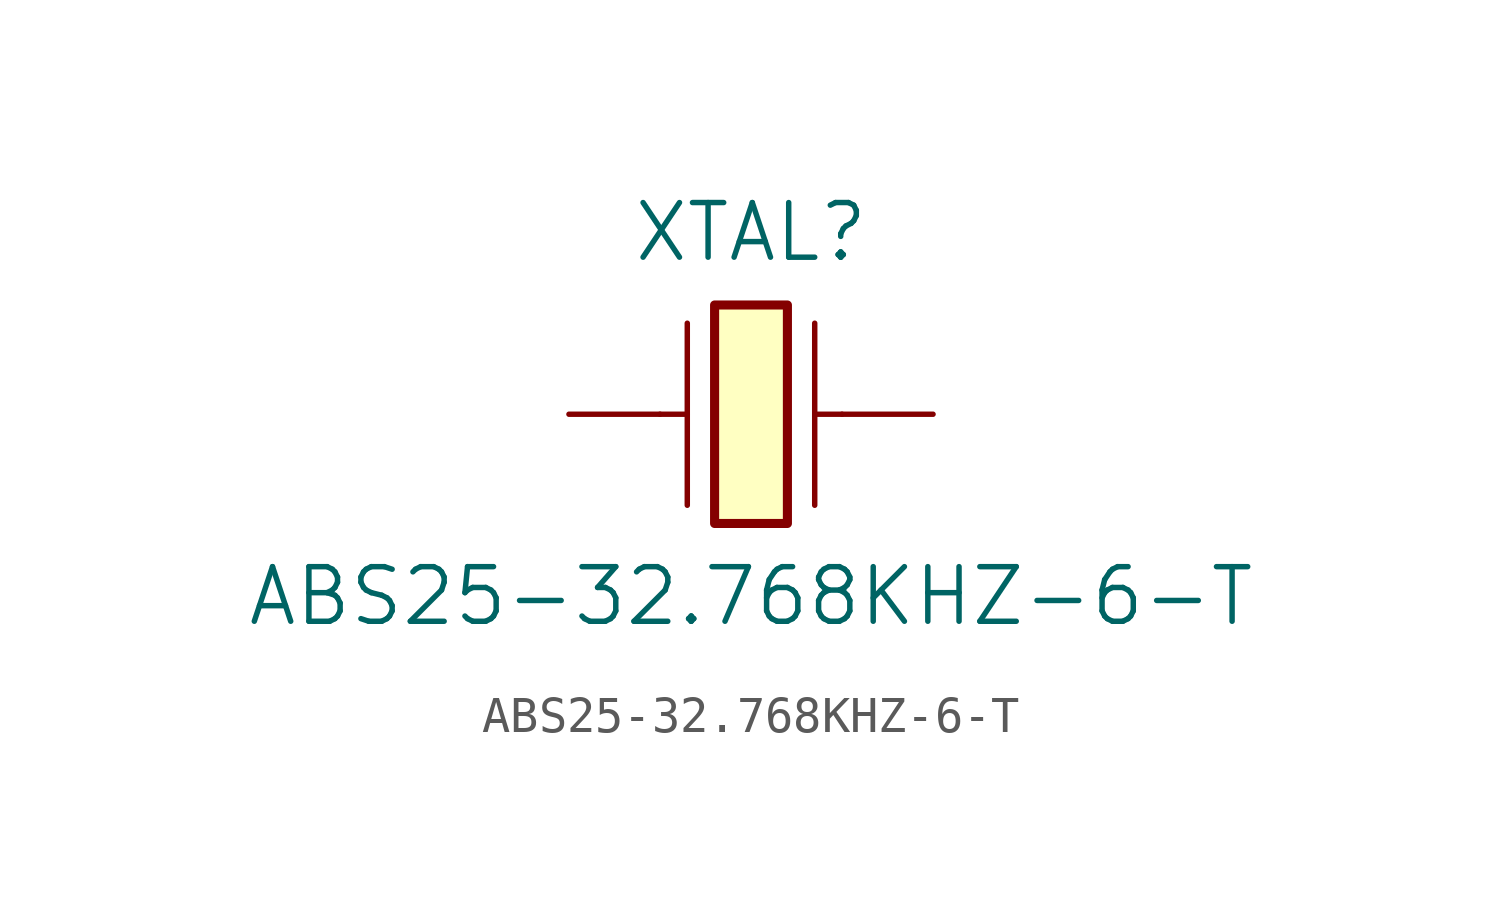
<source format=kicad_sym>
(kicad_symbol_lib
  (version 20211014)
  (generator kicad_symbol_editor)
  (symbol "ABS25-32.768KHZ-6-T"
    (pin_numbers hide)
    (pin_names
      (offset 0) hide)
    (property "Reference" "XTAL"
      (at 0 5.08 0)
      (effects (font (size 1.524 1.524))))
    (property "Value" "ABS25-32.768KHZ-6-T"
      (at 0 -5.08 0)
      (effects (font (size 1.524 1.524))))
    (symbol "ABS25-32.768KHZ-6-T_1_1"
      (rectangle (start -1.016 3.048) (end 1.016 -3.048) (stroke (width 0.254) (type default) (color 0 0 0 0)) (fill (type background)))
      (polyline (pts (xy -2.54 0) (xy -1.778 0)) (stroke (width 0) (type default) (color 0 0 0 0)) (fill (type none)))
      (polyline (pts (xy 2.54 0) (xy 1.778 0)) (stroke (width 0) (type default) (color 0 0 0 0)) (fill (type none)))
      (polyline (pts (xy -1.778 2.54) (xy -1.778 0) (xy -1.778 -2.54)) (stroke (width 0) (type default) (color 0 0 0 0)) (fill (type none)))
      (polyline (pts (xy 1.778 2.54) (xy 1.778 0) (xy 1.778 -2.54)) (stroke (width 0) (type default) (color 0 0 0 0)) (fill (type none)))
      (pin input line (at -5.08 0 0) (length 2.54) (name "1" (effects (font (size 1.27 1.27)))) (number "1" (effects (font (size 1.27 1.27)))))
      (pin no_connect line (at -5.08 -2.54 0) (length 2.54) hide (name "NC" (effects (font (size 0.762 0.762)))) (number "2" (effects (font (size 1.27 1.27)))))
      (pin no_connect line (at 5.08 -2.54 180) (length 2.54) hide (name "NC" (effects (font (size 0.762 0.762)))) (number "3" (effects (font (size 1.27 1.27)))))
      (pin input line (at 5.08 0 180) (length 2.54) (name "4" (effects (font (size 1.27 1.27)))) (number "4" (effects (font (size 1.27 1.27))))))))
</source>
